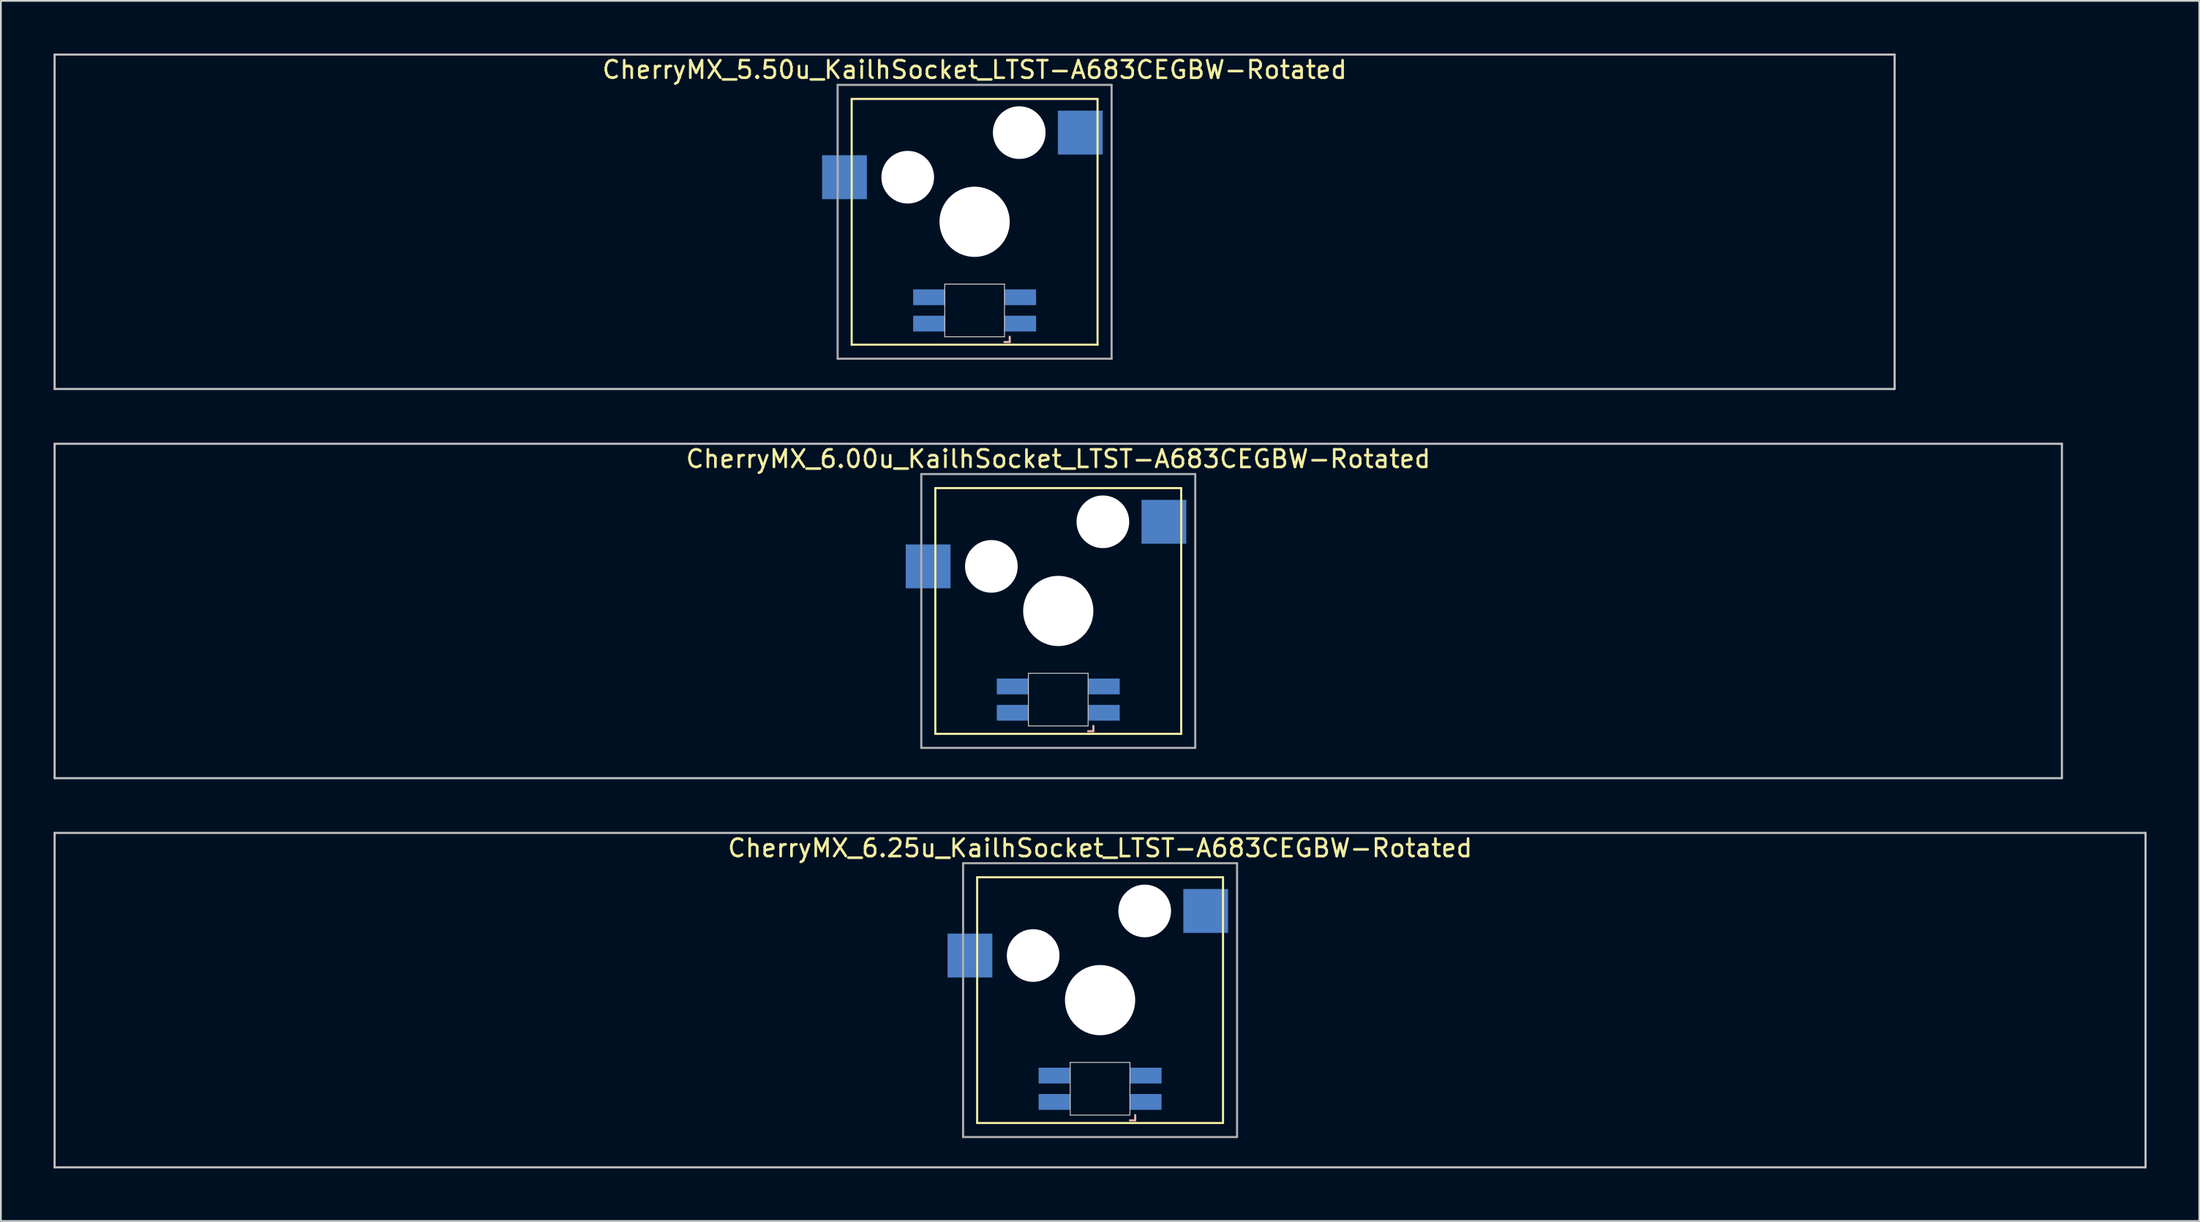
<source format=kicad_pcb>
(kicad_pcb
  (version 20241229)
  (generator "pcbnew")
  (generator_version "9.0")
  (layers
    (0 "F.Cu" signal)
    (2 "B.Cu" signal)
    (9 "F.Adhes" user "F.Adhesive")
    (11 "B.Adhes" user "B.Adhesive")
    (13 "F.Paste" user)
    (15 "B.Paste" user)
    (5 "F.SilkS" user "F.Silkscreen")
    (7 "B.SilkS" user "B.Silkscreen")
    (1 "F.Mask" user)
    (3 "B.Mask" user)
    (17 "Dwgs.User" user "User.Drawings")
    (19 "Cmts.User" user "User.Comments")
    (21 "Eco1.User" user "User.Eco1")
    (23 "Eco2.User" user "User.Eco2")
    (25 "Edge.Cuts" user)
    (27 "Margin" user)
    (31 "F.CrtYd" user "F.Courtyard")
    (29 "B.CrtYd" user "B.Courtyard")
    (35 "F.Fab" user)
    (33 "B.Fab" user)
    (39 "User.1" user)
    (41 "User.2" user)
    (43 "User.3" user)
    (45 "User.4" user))
  (footprint "CherryMX_6.00u_KailhSocket_LTST-A683CEGBW-Rotated"
    (layer "F.Cu")
    (at 57.21 31.755)
    (property "Reference" "CherryMX_6.00u_KailhSocket_LTST-A683CEGBW-Rotated" (at 0 -8.662 0) (layer "F.SilkS") (effects (font (size 1 1) (thickness 0.15))))
    (attr through_hole)
    (fp_line (start -7 -7) (end -7 7) (stroke (width 0.12) (type solid)) (layer "F.SilkS"))
    (fp_line (start -7 -7) (end 7 -7) (stroke (width 0.12) (type solid)) (layer "F.SilkS"))
    (fp_line (start 7 -7) (end 7 7) (stroke (width 0.12) (type solid)) (layer "F.SilkS"))
    (fp_line (start 7 7) (end -7 7) (stroke (width 0.12) (type solid)) (layer "F.SilkS"))
    (fp_line (start 1.7 6.85) (end 2 6.85) (stroke (width 0.12) (type solid)) (layer "B.SilkS"))
    (fp_line (start 2 6.85) (end 2 6.55) (stroke (width 0.12) (type solid)) (layer "B.SilkS"))
    (fp_line (start -57.15 -9.525) (end 57.15 -9.525) (stroke (width 0.12) (type solid)) (layer "Dwgs.User"))
    (fp_line (start -57.15 9.525) (end -57.15 -9.525) (stroke (width 0.12) (type solid)) (layer "Dwgs.User"))
    (fp_line (start 57.15 -9.525) (end 57.15 9.525) (stroke (width 0.12) (type solid)) (layer "Dwgs.User"))
    (fp_line (start 57.15 9.525) (end -57.15 9.525) (stroke (width 0.12) (type solid)) (layer "Dwgs.User"))
    (fp_line (start -1.7 3.55) (end 1.7 3.55) (stroke (width 0.05) (type solid)) (layer "Edge.Cuts"))
    (fp_line (start -1.7 6.55) (end -1.7 3.55) (stroke (width 0.05) (type solid)) (layer "Edge.Cuts"))
    (fp_line (start 1.7 3.55) (end 1.7 6.55) (stroke (width 0.05) (type solid)) (layer "Edge.Cuts"))
    (fp_line (start 1.7 6.55) (end -1.7 6.55) (stroke (width 0.05) (type solid)) (layer "Edge.Cuts"))
    (fp_line (start -7.8 -7.8) (end -7.8 7.8) (stroke (width 0.12) (type solid)) (layer "F.Fab"))
    (fp_line (start -7.8 -7.8) (end 7.8 -7.8) (stroke (width 0.12) (type solid)) (layer "F.Fab"))
    (fp_line (start -7.8 7.8) (end 7.8 7.8) (stroke (width 0.12) (type solid)) (layer "F.Fab"))
    (fp_line (start 7.8 -7.8) (end 7.8 7.8) (stroke (width 0.12) (type solid)) (layer "F.Fab"))
    (pad "" np_thru_hole circle (at -3.81 -2.54) (size 3 3) (drill 3) (layers "*.Cu" "*.Mask"))
    (pad "" np_thru_hole circle (at 0 0) (size 4 4) (drill 4) (layers "*.Cu" "*.Mask"))
    (pad "" np_thru_hole circle (at 2.54 -5.08) (size 3 3) (drill 3) (layers "*.Cu" "*.Mask"))
    (pad "1" smd rect (at -7.41 -2.54) (size 2.55 2.5) (layers "B.Cu" "B.Mask" "B.Paste"))
    (pad "2" smd rect (at 6.015 -5.08) (size 2.55 2.5) (layers "B.Cu" "B.Mask" "B.Paste"))
    (pad "3" smd rect (at 2.6 5.8) (size 1.8 0.9) (layers "B.Cu" "B.Mask" "B.Paste"))
    (pad "4" smd rect (at 2.6 4.3) (size 1.8 0.9) (layers "B.Cu" "B.Mask" "B.Paste"))
    (pad "5" smd rect (at -2.6 5.8) (size 1.8 0.9) (layers "B.Cu" "B.Mask" "B.Paste"))
    (pad "6" smd rect (at -2.6 4.3) (size 1.8 0.9) (layers "B.Cu" "B.Mask" "B.Paste")))
  (footprint "CherryMX_5.50u_KailhSocket_LTST-A683CEGBW-Rotated"
    (layer "F.Cu")
    (at 52.447 9.585)
    (property "Reference" "CherryMX_5.50u_KailhSocket_LTST-A683CEGBW-Rotated" (at 0 -8.662 0) (layer "F.SilkS") (effects (font (size 1 1) (thickness 0.15))))
    (attr through_hole)
    (fp_line (start -7 -7) (end -7 7) (stroke (width 0.12) (type solid)) (layer "F.SilkS"))
    (fp_line (start -7 -7) (end 7 -7) (stroke (width 0.12) (type solid)) (layer "F.SilkS"))
    (fp_line (start 7 -7) (end 7 7) (stroke (width 0.12) (type solid)) (layer "F.SilkS"))
    (fp_line (start 7 7) (end -7 7) (stroke (width 0.12) (type solid)) (layer "F.SilkS"))
    (fp_line (start 1.7 6.85) (end 2 6.85) (stroke (width 0.12) (type solid)) (layer "B.SilkS"))
    (fp_line (start 2 6.85) (end 2 6.55) (stroke (width 0.12) (type solid)) (layer "B.SilkS"))
    (fp_line (start -52.388 -9.525) (end 52.388 -9.525) (stroke (width 0.12) (type solid)) (layer "Dwgs.User"))
    (fp_line (start -52.388 9.525) (end -52.388 -9.525) (stroke (width 0.12) (type solid)) (layer "Dwgs.User"))
    (fp_line (start 52.388 -9.525) (end 52.388 9.525) (stroke (width 0.12) (type solid)) (layer "Dwgs.User"))
    (fp_line (start 52.388 9.525) (end -52.388 9.525) (stroke (width 0.12) (type solid)) (layer "Dwgs.User"))
    (fp_line (start -1.7 3.55) (end 1.7 3.55) (stroke (width 0.05) (type solid)) (layer "Edge.Cuts"))
    (fp_line (start -1.7 6.55) (end -1.7 3.55) (stroke (width 0.05) (type solid)) (layer "Edge.Cuts"))
    (fp_line (start 1.7 3.55) (end 1.7 6.55) (stroke (width 0.05) (type solid)) (layer "Edge.Cuts"))
    (fp_line (start 1.7 6.55) (end -1.7 6.55) (stroke (width 0.05) (type solid)) (layer "Edge.Cuts"))
    (fp_line (start -7.8 -7.8) (end -7.8 7.8) (stroke (width 0.12) (type solid)) (layer "F.Fab"))
    (fp_line (start -7.8 -7.8) (end 7.8 -7.8) (stroke (width 0.12) (type solid)) (layer "F.Fab"))
    (fp_line (start -7.8 7.8) (end 7.8 7.8) (stroke (width 0.12) (type solid)) (layer "F.Fab"))
    (fp_line (start 7.8 -7.8) (end 7.8 7.8) (stroke (width 0.12) (type solid)) (layer "F.Fab"))
    (pad "" np_thru_hole circle (at -3.81 -2.54) (size 3 3) (drill 3) (layers "*.Cu" "*.Mask"))
    (pad "" np_thru_hole circle (at 0 0) (size 4 4) (drill 4) (layers "*.Cu" "*.Mask"))
    (pad "" np_thru_hole circle (at 2.54 -5.08) (size 3 3) (drill 3) (layers "*.Cu" "*.Mask"))
    (pad "1" smd rect (at -7.41 -2.54) (size 2.55 2.5) (layers "B.Cu" "B.Mask" "B.Paste"))
    (pad "2" smd rect (at 6.015 -5.08) (size 2.55 2.5) (layers "B.Cu" "B.Mask" "B.Paste"))
    (pad "3" smd rect (at 2.6 5.8) (size 1.8 0.9) (layers "B.Cu" "B.Mask" "B.Paste"))
    (pad "4" smd rect (at 2.6 4.3) (size 1.8 0.9) (layers "B.Cu" "B.Mask" "B.Paste"))
    (pad "5" smd rect (at -2.6 5.8) (size 1.8 0.9) (layers "B.Cu" "B.Mask" "B.Paste"))
    (pad "6" smd rect (at -2.6 4.3) (size 1.8 0.9) (layers "B.Cu" "B.Mask" "B.Paste")))
  (footprint "CherryMX_6.25u_KailhSocket_LTST-A683CEGBW-Rotated"
    (layer "F.Cu")
    (at 59.591 53.925)
    (property "Reference" "CherryMX_6.25u_KailhSocket_LTST-A683CEGBW-Rotated" (at 0 -8.662 0) (layer "F.SilkS") (effects (font (size 1 1) (thickness 0.15))))
    (attr through_hole)
    (fp_line (start -7 -7) (end -7 7) (stroke (width 0.12) (type solid)) (layer "F.SilkS"))
    (fp_line (start -7 -7) (end 7 -7) (stroke (width 0.12) (type solid)) (layer "F.SilkS"))
    (fp_line (start 7 -7) (end 7 7) (stroke (width 0.12) (type solid)) (layer "F.SilkS"))
    (fp_line (start 7 7) (end -7 7) (stroke (width 0.12) (type solid)) (layer "F.SilkS"))
    (fp_line (start 1.7 6.85) (end 2 6.85) (stroke (width 0.12) (type solid)) (layer "B.SilkS"))
    (fp_line (start 2 6.85) (end 2 6.55) (stroke (width 0.12) (type solid)) (layer "B.SilkS"))
    (fp_line (start -59.531 -9.525) (end 59.531 -9.525) (stroke (width 0.12) (type solid)) (layer "Dwgs.User"))
    (fp_line (start -59.531 9.525) (end -59.531 -9.525) (stroke (width 0.12) (type solid)) (layer "Dwgs.User"))
    (fp_line (start 59.531 -9.525) (end 59.531 9.525) (stroke (width 0.12) (type solid)) (layer "Dwgs.User"))
    (fp_line (start 59.531 9.525) (end -59.531 9.525) (stroke (width 0.12) (type solid)) (layer "Dwgs.User"))
    (fp_line (start -1.7 3.55) (end 1.7 3.55) (stroke (width 0.05) (type solid)) (layer "Edge.Cuts"))
    (fp_line (start -1.7 6.55) (end -1.7 3.55) (stroke (width 0.05) (type solid)) (layer "Edge.Cuts"))
    (fp_line (start 1.7 3.55) (end 1.7 6.55) (stroke (width 0.05) (type solid)) (layer "Edge.Cuts"))
    (fp_line (start 1.7 6.55) (end -1.7 6.55) (stroke (width 0.05) (type solid)) (layer "Edge.Cuts"))
    (fp_line (start -7.8 -7.8) (end -7.8 7.8) (stroke (width 0.12) (type solid)) (layer "F.Fab"))
    (fp_line (start -7.8 -7.8) (end 7.8 -7.8) (stroke (width 0.12) (type solid)) (layer "F.Fab"))
    (fp_line (start -7.8 7.8) (end 7.8 7.8) (stroke (width 0.12) (type solid)) (layer "F.Fab"))
    (fp_line (start 7.8 -7.8) (end 7.8 7.8) (stroke (width 0.12) (type solid)) (layer "F.Fab"))
    (pad "" np_thru_hole circle (at -3.81 -2.54) (size 3 3) (drill 3) (layers "*.Cu" "*.Mask"))
    (pad "" np_thru_hole circle (at 0 0) (size 4 4) (drill 4) (layers "*.Cu" "*.Mask"))
    (pad "" np_thru_hole circle (at 2.54 -5.08) (size 3 3) (drill 3) (layers "*.Cu" "*.Mask"))
    (pad "1" smd rect (at -7.41 -2.54) (size 2.55 2.5) (layers "B.Cu" "B.Mask" "B.Paste"))
    (pad "2" smd rect (at 6.015 -5.08) (size 2.55 2.5) (layers "B.Cu" "B.Mask" "B.Paste"))
    (pad "3" smd rect (at 2.6 5.8) (size 1.8 0.9) (layers "B.Cu" "B.Mask" "B.Paste"))
    (pad "4" smd rect (at 2.6 4.3) (size 1.8 0.9) (layers "B.Cu" "B.Mask" "B.Paste"))
    (pad "5" smd rect (at -2.6 5.8) (size 1.8 0.9) (layers "B.Cu" "B.Mask" "B.Paste"))
    (pad "6" smd rect (at -2.6 4.3) (size 1.8 0.9) (layers "B.Cu" "B.Mask" "B.Paste")))
  (gr_rect
    (start -3 -3)
    (end 122.183 66.51)
    (stroke (width 0.1) (type default))
    (fill no)
    (layer "Edge.Cuts")))
</source>
